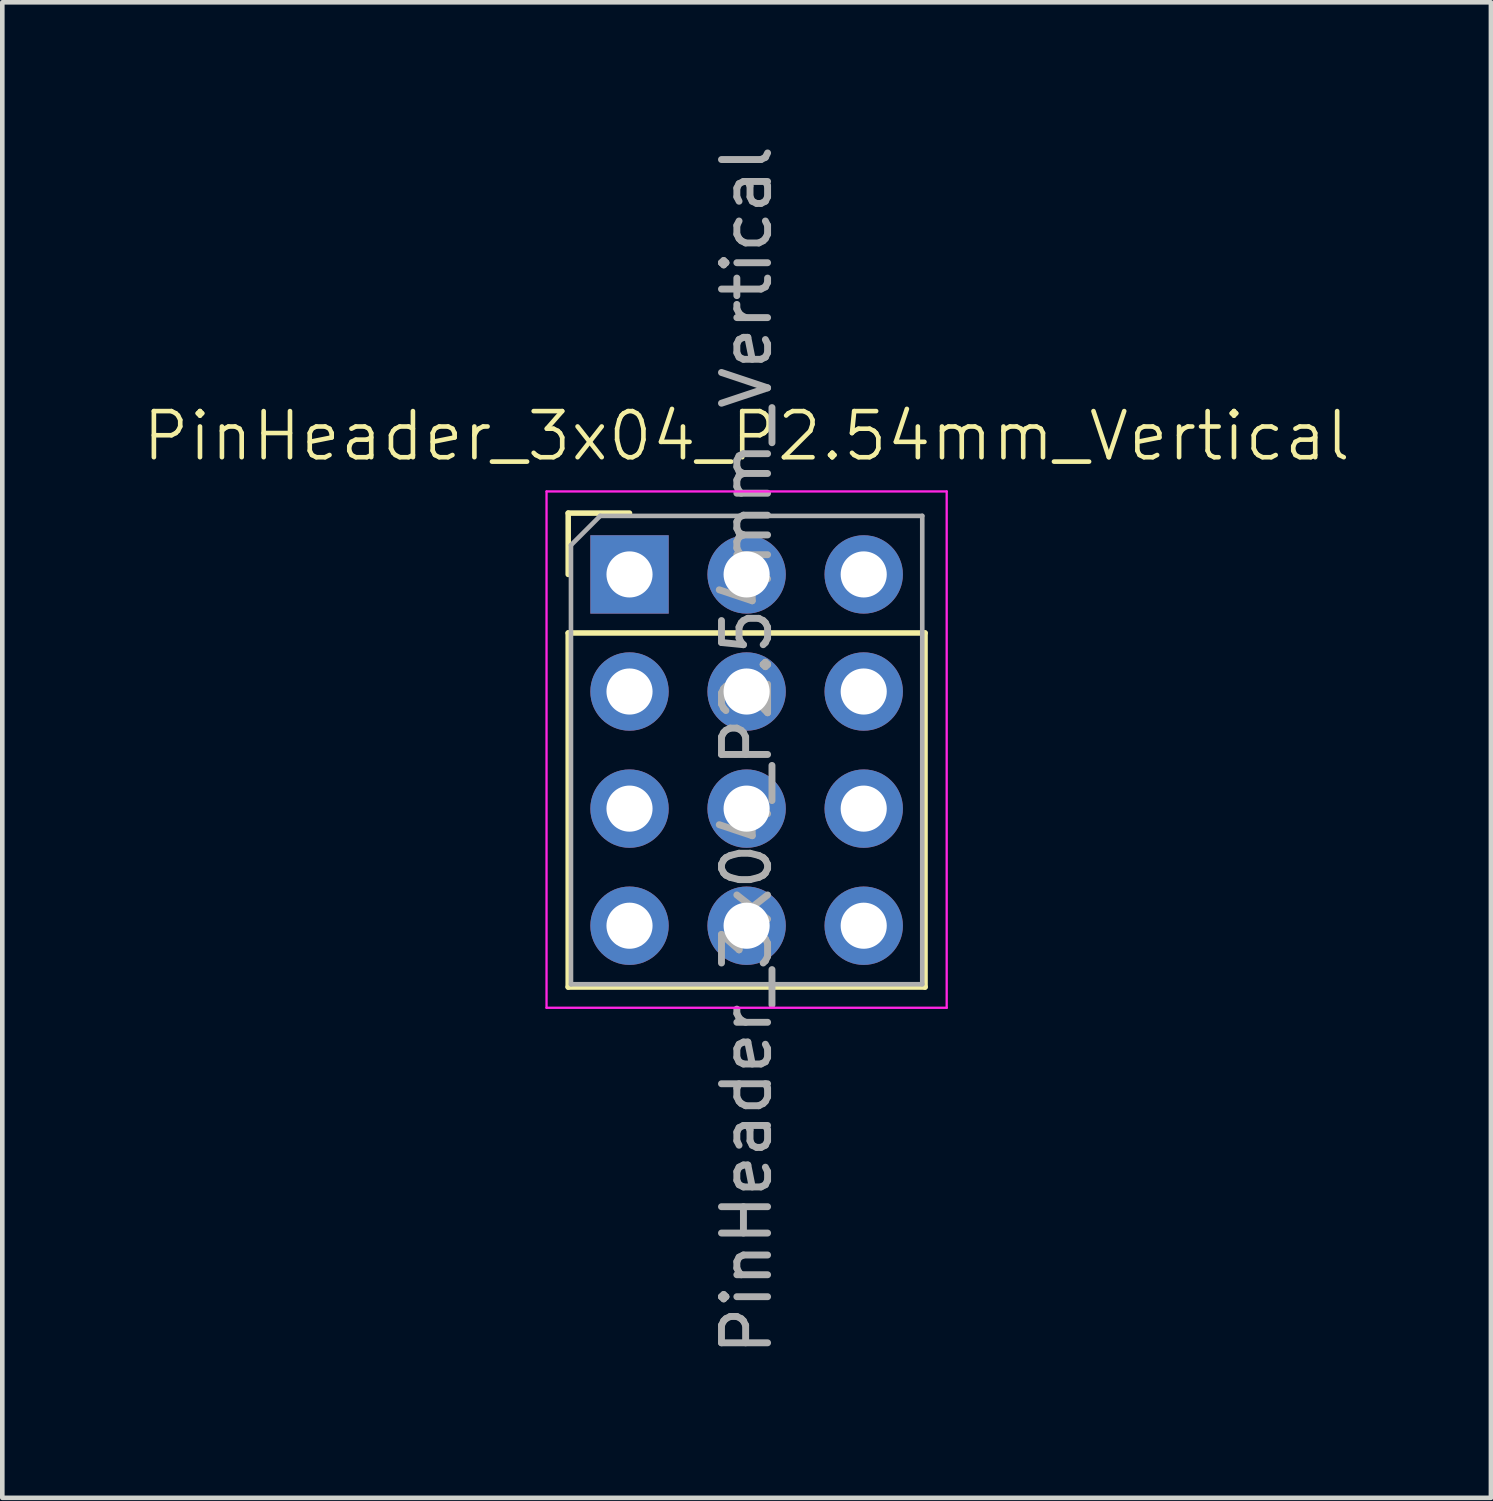
<source format=kicad_pcb>
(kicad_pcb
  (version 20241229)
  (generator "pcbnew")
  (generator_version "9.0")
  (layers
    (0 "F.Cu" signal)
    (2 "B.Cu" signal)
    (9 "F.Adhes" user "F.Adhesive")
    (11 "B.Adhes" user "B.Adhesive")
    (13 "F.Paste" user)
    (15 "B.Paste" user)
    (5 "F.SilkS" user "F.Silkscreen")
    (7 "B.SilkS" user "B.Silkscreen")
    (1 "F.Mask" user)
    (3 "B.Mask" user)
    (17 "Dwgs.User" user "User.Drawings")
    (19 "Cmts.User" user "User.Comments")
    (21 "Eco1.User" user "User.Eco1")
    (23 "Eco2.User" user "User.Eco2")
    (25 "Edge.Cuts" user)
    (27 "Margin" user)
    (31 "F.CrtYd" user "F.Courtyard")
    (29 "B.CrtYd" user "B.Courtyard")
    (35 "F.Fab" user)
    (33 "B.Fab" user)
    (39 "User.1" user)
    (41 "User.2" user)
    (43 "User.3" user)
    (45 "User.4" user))
  (footprint "PinHeader_3x04_P2.54mm_Vertical"
    (layer "F.Cu")
    (at 13.145 9.41)
    (property "Reference" "PinHeader_3x04_P2.54mm_Vertical" (at 0 -3 0) (unlocked yes) (layer "F.SilkS") (effects (font (size 1 1) (thickness 0.1))))
    (attr smd)
    (fp_line (start -3.87 -1.33) (end -2.54 -1.33) (stroke (width 0.12) (type solid)) (layer "F.SilkS"))
    (fp_line (start -3.87 0) (end -3.87 -1.33) (stroke (width 0.12) (type solid)) (layer "F.SilkS"))
    (fp_line (start -3.87 1.27) (end -3.87 8.95) (stroke (width 0.12) (type solid)) (layer "F.SilkS"))
    (fp_line (start -3.87 1.27) (end 3.87 1.27) (stroke (width 0.12) (type solid)) (layer "F.SilkS"))
    (fp_line (start -3.87 8.95) (end 3.87 8.95) (stroke (width 0.12) (type solid)) (layer "F.SilkS"))
    (fp_line (start 3.87 1.27) (end 3.87 8.95) (stroke (width 0.12) (type solid)) (layer "F.SilkS"))
    (fp_line (start -4.34 -1.8) (end -4.34 9.4) (stroke (width 0.05) (type solid)) (layer "F.CrtYd"))
    (fp_line (start -4.34 9.4) (end 4.34 9.4) (stroke (width 0.05) (type solid)) (layer "F.CrtYd"))
    (fp_line (start 4.34 -1.8) (end -4.34 -1.8) (stroke (width 0.05) (type solid)) (layer "F.CrtYd"))
    (fp_line (start 4.34 9.4) (end 4.34 -1.8) (stroke (width 0.05) (type solid)) (layer "F.CrtYd"))
    (fp_line (start -3.81 -0.635) (end -3.175 -1.27) (stroke (width 0.1) (type solid)) (layer "F.Fab"))
    (fp_line (start -3.81 8.89) (end -3.81 -0.635) (stroke (width 0.1) (type solid)) (layer "F.Fab"))
    (fp_line (start -3.175 -1.27) (end 3.81 -1.27) (stroke (width 0.1) (type solid)) (layer "F.Fab"))
    (fp_line (start 3.81 -1.27) (end 3.81 8.89) (stroke (width 0.1) (type solid)) (layer "F.Fab"))
    (fp_line (start 3.81 8.89) (end -3.81 8.89) (stroke (width 0.1) (type solid)) (layer "F.Fab"))
    (fp_text user "${REFERENCE}" (at 0 3.81 90) (layer "F.Fab") (effects (font (size 1 1) (thickness 0.15))))
    (pad "1" thru_hole rect (at -2.54 0) (size 1.7 1.7) (drill 1) (layers "*.Cu" "*.Mask"))
    (pad "2" thru_hole oval (at 0 0) (size 1.7 1.7) (drill 1) (layers "*.Cu" "*.Mask"))
    (pad "3" thru_hole oval (at 2.54 0) (size 1.7 1.7) (drill 1) (layers "*.Cu" "*.Mask"))
    (pad "4" thru_hole oval (at -2.54 2.54) (size 1.7 1.7) (drill 1) (layers "*.Cu" "*.Mask"))
    (pad "5" thru_hole oval (at 0 2.54) (size 1.7 1.7) (drill 1) (layers "*.Cu" "*.Mask"))
    (pad "6" thru_hole oval (at 2.54 2.54) (size 1.7 1.7) (drill 1) (layers "*.Cu" "*.Mask"))
    (pad "7" thru_hole oval (at -2.54 5.08) (size 1.7 1.7) (drill 1) (layers "*.Cu" "*.Mask"))
    (pad "8" thru_hole oval (at 0 5.08) (size 1.7 1.7) (drill 1) (layers "*.Cu" "*.Mask"))
    (pad "9" thru_hole oval (at 2.54 5.08) (size 1.7 1.7) (drill 1) (layers "*.Cu" "*.Mask"))
    (pad "10" thru_hole oval (at -2.54 7.62) (size 1.7 1.7) (drill 1) (layers "*.Cu" "*.Mask"))
    (pad "11" thru_hole oval (at 0 7.62) (size 1.7 1.7) (drill 1) (layers "*.Cu" "*.Mask"))
    (pad "12" thru_hole oval (at 2.54 7.62) (size 1.7 1.7) (drill 1) (layers "*.Cu" "*.Mask")))
  (gr_rect
    (start -3 -3)
    (end 29.29 29.44)
    (stroke (width 0.1) (type default))
    (fill no)
    (layer "Edge.Cuts")))
</source>
